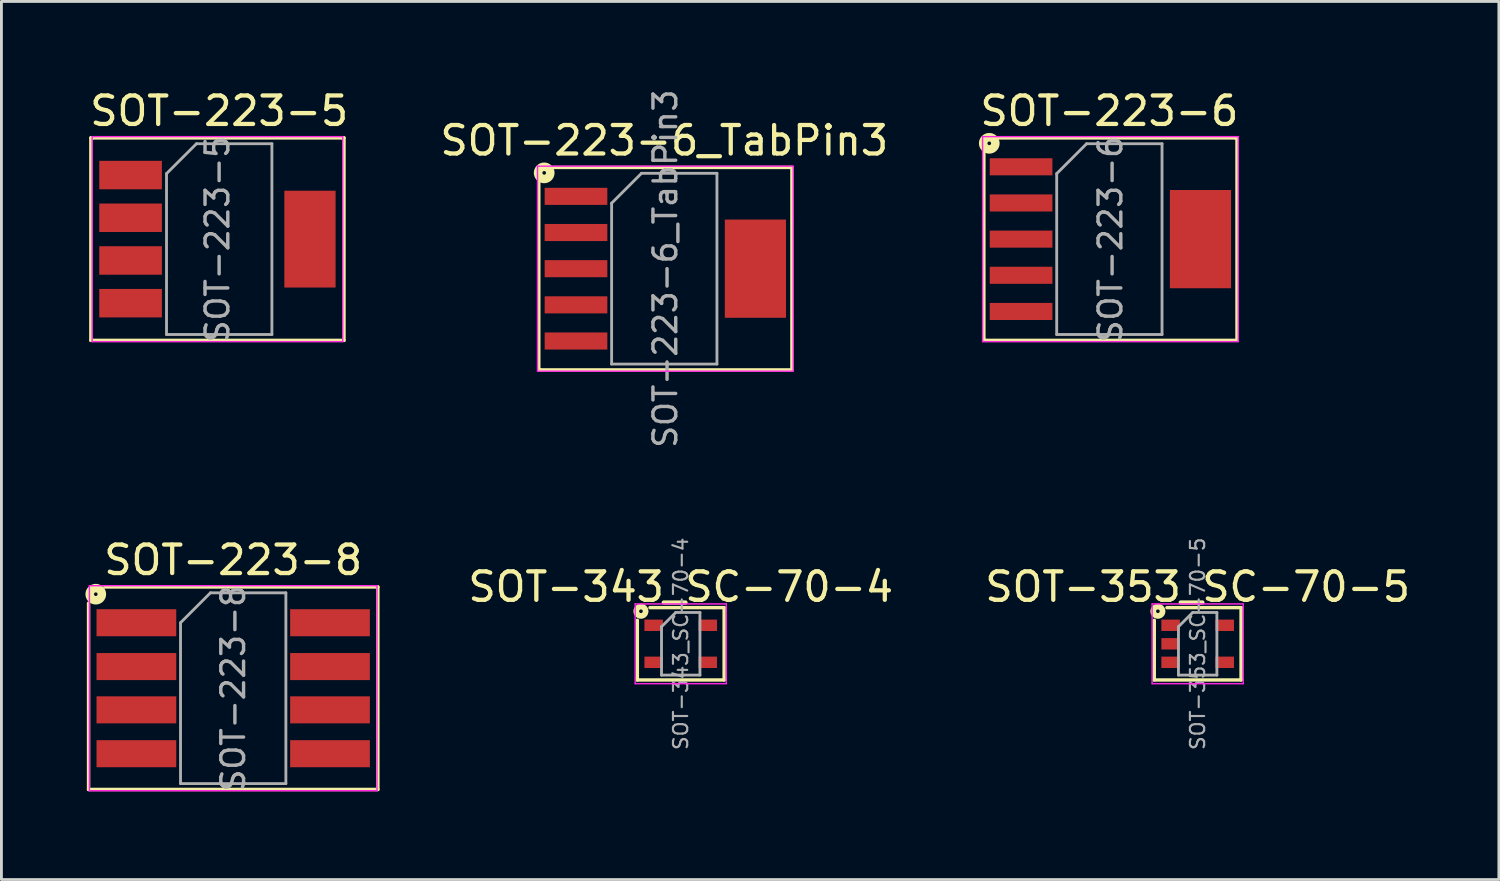
<source format=kicad_pcb>
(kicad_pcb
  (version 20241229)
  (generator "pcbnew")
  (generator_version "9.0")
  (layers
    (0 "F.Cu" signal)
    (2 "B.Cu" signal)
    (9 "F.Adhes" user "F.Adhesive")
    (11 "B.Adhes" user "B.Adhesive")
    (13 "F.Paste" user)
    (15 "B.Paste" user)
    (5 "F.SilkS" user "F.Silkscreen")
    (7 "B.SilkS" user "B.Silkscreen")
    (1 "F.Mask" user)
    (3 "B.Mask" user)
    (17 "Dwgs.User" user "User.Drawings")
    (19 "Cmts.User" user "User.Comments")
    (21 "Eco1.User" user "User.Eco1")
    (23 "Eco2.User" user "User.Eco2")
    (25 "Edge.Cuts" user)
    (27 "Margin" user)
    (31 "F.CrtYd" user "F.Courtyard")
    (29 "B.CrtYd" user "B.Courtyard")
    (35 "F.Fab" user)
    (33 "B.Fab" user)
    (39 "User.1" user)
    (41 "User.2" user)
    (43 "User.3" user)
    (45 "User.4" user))
  (footprint "SOT-223-8"
    (layer "F.Cu")
    (at 5.14 21.12)
    (property "Reference" "SOT-223-8" (at 0 -4.5 0) (layer "F.SilkS") (effects (font (size 1 1) (thickness 0.15))))
    (attr smd)
    (fp_line (start -5.08 -2.985) (end -5.08 3.556) (stroke (width 0.12) (type solid)) (layer "F.SilkS"))
    (fp_line (start -5.08 3.556) (end 5.08 3.556) (stroke (width 0.12) (type solid)) (layer "F.SilkS"))
    (fp_line (start 5.08 -3.556) (end -4.508 -3.556) (stroke (width 0.12) (type solid)) (layer "F.SilkS"))
    (fp_line (start 5.08 3.556) (end 5.08 -3.556) (stroke (width 0.12) (type solid)) (layer "F.SilkS"))
    (fp_circle (center -4.826 -3.302) (end -4.763 -3.302) (stroke (width 0.3) (type solid)) (fill no) (layer "F.SilkS"))
    (fp_line (start -5.05 -3.6) (end -5.05 3.6) (stroke (width 0.05) (type solid)) (layer "F.CrtYd"))
    (fp_line (start -5.05 -3.6) (end 5.05 -3.6) (stroke (width 0.05) (type solid)) (layer "F.CrtYd"))
    (fp_line (start 5.05 3.6) (end -5.05 3.6) (stroke (width 0.05) (type solid)) (layer "F.CrtYd"))
    (fp_line (start 5.05 3.6) (end 5.05 -3.6) (stroke (width 0.05) (type solid)) (layer "F.CrtYd"))
    (fp_line (start -1.85 -2.3) (end -1.85 3.35) (stroke (width 0.1) (type solid)) (layer "F.Fab"))
    (fp_line (start -1.85 -2.3) (end -0.8 -3.35) (stroke (width 0.1) (type solid)) (layer "F.Fab"))
    (fp_line (start -1.85 3.35) (end 1.85 3.35) (stroke (width 0.1) (type solid)) (layer "F.Fab"))
    (fp_line (start -0.8 -3.35) (end 1.85 -3.35) (stroke (width 0.1) (type solid)) (layer "F.Fab"))
    (fp_line (start 1.85 -3.35) (end 1.85 3.35) (stroke (width 0.1) (type solid)) (layer "F.Fab"))
    (fp_text user "${REFERENCE}" (at 0 0 90) (layer "F.Fab") (effects (font (size 0.8 0.8) (thickness 0.12))))
    (pad "1" smd rect (at -3.4 -2.3) (size 2.8 0.95) (layers "F.Cu" "F.Mask" "F.Paste"))
    (pad "2" smd rect (at -3.4 -0.76) (size 2.8 0.95) (layers "F.Cu" "F.Mask" "F.Paste"))
    (pad "3" smd rect (at -3.4 0.76) (size 2.8 0.95) (layers "F.Cu" "F.Mask" "F.Paste"))
    (pad "4" smd rect (at -3.4 2.3) (size 2.8 0.95) (layers "F.Cu" "F.Mask" "F.Paste"))
    (pad "5" smd rect (at 3.4 2.3) (size 2.8 0.95) (layers "F.Cu" "F.Mask" "F.Paste"))
    (pad "6" smd rect (at 3.4 0.76) (size 2.8 0.95) (layers "F.Cu" "F.Mask" "F.Paste"))
    (pad "7" smd rect (at 3.4 -0.76) (size 2.8 0.95) (layers "F.Cu" "F.Mask" "F.Paste"))
    (pad "8" smd rect (at 3.4 -2.3) (size 2.8 0.95) (layers "F.Cu" "F.Mask" "F.Paste")))
  (footprint "SOT-223-6_TabPin3"
    (layer "F.Cu")
    (at 20.317 6.386)
    (property "Reference" "SOT-223-6_TabPin3" (at -0.037 -4.5 0) (layer "F.SilkS") (effects (font (size 1 1) (thickness 0.15))))
    (attr smd)
    (fp_line (start -4.445 3.556) (end -4.445 -3.048) (stroke (width 0.12) (type solid)) (layer "F.SilkS"))
    (fp_line (start -4.381 3.556) (end -4.445 3.556) (stroke (width 0.12) (type solid)) (layer "F.SilkS"))
    (fp_line (start -3.937 -3.556) (end 4.381 -3.556) (stroke (width 0.12) (type solid)) (layer "F.SilkS"))
    (fp_line (start 4.381 -3.556) (end 4.445 -3.556) (stroke (width 0.12) (type solid)) (layer "F.SilkS"))
    (fp_line (start 4.445 -3.556) (end 4.445 3.556) (stroke (width 0.12) (type solid)) (layer "F.SilkS"))
    (fp_line (start 4.445 3.556) (end -4.381 3.556) (stroke (width 0.12) (type solid)) (layer "F.SilkS"))
    (fp_circle (center -4.255 -3.365) (end -4.191 -3.365) (stroke (width 0.3) (type solid)) (fill no) (layer "F.SilkS"))
    (fp_line (start -4.49 -3.6) (end -4.49 3.6) (stroke (width 0.05) (type solid)) (layer "F.CrtYd"))
    (fp_line (start -4.49 -3.6) (end 4.49 -3.6) (stroke (width 0.05) (type solid)) (layer "F.CrtYd"))
    (fp_line (start 4.49 3.6) (end -4.49 3.6) (stroke (width 0.05) (type solid)) (layer "F.CrtYd"))
    (fp_line (start 4.49 3.6) (end 4.49 -3.6) (stroke (width 0.05) (type solid)) (layer "F.CrtYd"))
    (fp_line (start -1.887 -2.3) (end -1.887 3.35) (stroke (width 0.1) (type solid)) (layer "F.Fab"))
    (fp_line (start -1.887 -2.3) (end -0.838 -3.35) (stroke (width 0.1) (type solid)) (layer "F.Fab"))
    (fp_line (start -1.887 3.35) (end 1.812 3.35) (stroke (width 0.1) (type solid)) (layer "F.Fab"))
    (fp_line (start -0.838 -3.35) (end 1.812 -3.35) (stroke (width 0.1) (type solid)) (layer "F.Fab"))
    (fp_line (start 1.812 -3.35) (end 1.812 3.35) (stroke (width 0.1) (type solid)) (layer "F.Fab"))
    (fp_text user "${REFERENCE}" (at 0 0 90) (layer "F.Fab") (effects (font (size 0.8 0.8) (thickness 0.12))))
    (pad "1" smd rect (at -3.138 -2.54) (size 2.2 0.6) (layers "F.Cu" "F.Mask" "F.Paste"))
    (pad "2" smd rect (at -3.138 -1.27) (size 2.2 0.6) (layers "F.Cu" "F.Mask" "F.Paste"))
    (pad "3" smd rect (at -3.138 0) (size 2.2 0.6) (layers "F.Cu" "F.Mask" "F.Paste"))
    (pad "3" smd rect (at 3.163 0) (size 2.15 3.45) (layers "F.Cu" "F.Mask" "F.Paste"))
    (pad "4" smd rect (at -3.138 1.27) (size 2.2 0.6) (layers "F.Cu" "F.Mask" "F.Paste"))
    (pad "5" smd rect (at -3.138 2.54) (size 2.2 0.6) (layers "F.Cu" "F.Mask" "F.Paste")))
  (footprint "SOT-343_SC-70-4"
    (layer "F.Cu")
    (at 20.857 19.56)
    (property "Reference" "SOT-343_SC-70-4" (at 0 -2 0) (layer "F.SilkS") (effects (font (size 1 1) (thickness 0.15))))
    (attr smd)
    (fp_line (start -1.524 -0.826) (end -1.524 1.27) (stroke (width 0.12) (type solid)) (layer "F.SilkS"))
    (fp_line (start -1.524 1.27) (end 1.524 1.27) (stroke (width 0.12) (type solid)) (layer "F.SilkS"))
    (fp_line (start 1.524 -1.27) (end -1.079 -1.27) (stroke (width 0.12) (type solid)) (layer "F.SilkS"))
    (fp_line (start 1.524 1.27) (end 1.524 -1.27) (stroke (width 0.12) (type solid)) (layer "F.SilkS"))
    (fp_circle (center -1.397 -1.143) (end -1.333 -1.143) (stroke (width 0.2) (type solid)) (fill no) (layer "F.SilkS"))
    (fp_line (start -1.6 -1.4) (end -1.6 1.4) (stroke (width 0.05) (type solid)) (layer "F.CrtYd"))
    (fp_line (start -1.6 -1.4) (end 1.6 -1.4) (stroke (width 0.05) (type solid)) (layer "F.CrtYd"))
    (fp_line (start -1.6 1.4) (end 1.6 1.4) (stroke (width 0.05) (type solid)) (layer "F.CrtYd"))
    (fp_line (start 1.6 1.4) (end 1.6 -1.4) (stroke (width 0.05) (type solid)) (layer "F.CrtYd"))
    (fp_line (start -0.675 -0.6) (end -0.675 1.1) (stroke (width 0.1) (type solid)) (layer "F.Fab"))
    (fp_line (start -0.175 -1.1) (end -0.675 -0.6) (stroke (width 0.1) (type solid)) (layer "F.Fab"))
    (fp_line (start 0.675 -1.1) (end -0.175 -1.1) (stroke (width 0.1) (type solid)) (layer "F.Fab"))
    (fp_line (start 0.675 -1.1) (end 0.675 1.1) (stroke (width 0.1) (type solid)) (layer "F.Fab"))
    (fp_line (start 0.675 1.1) (end -0.675 1.1) (stroke (width 0.1) (type solid)) (layer "F.Fab"))
    (fp_text user "${REFERENCE}" (at 0 0 90) (layer "F.Fab") (effects (font (size 0.5 0.5) (thickness 0.075))))
    (pad "1" smd rect (at -0.95 -0.65) (size 0.65 0.4) (layers "F.Cu" "F.Mask" "F.Paste"))
    (pad "2" smd rect (at -0.95 0.65) (size 0.65 0.4) (layers "F.Cu" "F.Mask" "F.Paste"))
    (pad "3" smd rect (at 0.95 0.65) (size 0.65 0.4) (layers "F.Cu" "F.Mask" "F.Paste"))
    (pad "4" smd rect (at 0.95 -0.65) (size 0.65 0.4) (layers "F.Cu" "F.Mask" "F.Paste")))
  (footprint "SOT-223-6"
    (layer "F.Cu")
    (at 35.948 5.348)
    (property "Reference" "SOT-223-6" (at -0.037 -4.5 0) (layer "F.SilkS") (effects (font (size 1 1) (thickness 0.15))))
    (attr smd)
    (fp_line (start -4.445 3.556) (end -4.445 -3.048) (stroke (width 0.12) (type solid)) (layer "F.SilkS"))
    (fp_line (start -4.381 3.556) (end -4.445 3.556) (stroke (width 0.12) (type solid)) (layer "F.SilkS"))
    (fp_line (start -3.937 -3.556) (end 4.381 -3.556) (stroke (width 0.12) (type solid)) (layer "F.SilkS"))
    (fp_line (start 4.381 -3.556) (end 4.445 -3.556) (stroke (width 0.12) (type solid)) (layer "F.SilkS"))
    (fp_line (start 4.445 -3.556) (end 4.445 3.556) (stroke (width 0.12) (type solid)) (layer "F.SilkS"))
    (fp_line (start 4.445 3.556) (end -4.381 3.556) (stroke (width 0.12) (type solid)) (layer "F.SilkS"))
    (fp_circle (center -4.255 -3.365) (end -4.191 -3.365) (stroke (width 0.3) (type solid)) (fill no) (layer "F.SilkS"))
    (fp_line (start -4.49 -3.6) (end -4.49 3.6) (stroke (width 0.05) (type solid)) (layer "F.CrtYd"))
    (fp_line (start -4.49 -3.6) (end 4.49 -3.6) (stroke (width 0.05) (type solid)) (layer "F.CrtYd"))
    (fp_line (start 4.49 3.6) (end -4.49 3.6) (stroke (width 0.05) (type solid)) (layer "F.CrtYd"))
    (fp_line (start 4.49 3.6) (end 4.49 -3.6) (stroke (width 0.05) (type solid)) (layer "F.CrtYd"))
    (fp_line (start -1.887 -2.3) (end -1.887 3.35) (stroke (width 0.1) (type solid)) (layer "F.Fab"))
    (fp_line (start -1.887 -2.3) (end -0.838 -3.35) (stroke (width 0.1) (type solid)) (layer "F.Fab"))
    (fp_line (start -1.887 3.35) (end 1.812 3.35) (stroke (width 0.1) (type solid)) (layer "F.Fab"))
    (fp_line (start -0.838 -3.35) (end 1.812 -3.35) (stroke (width 0.1) (type solid)) (layer "F.Fab"))
    (fp_line (start 1.812 -3.35) (end 1.812 3.35) (stroke (width 0.1) (type solid)) (layer "F.Fab"))
    (fp_text user "${REFERENCE}" (at 0 0 90) (layer "F.Fab") (effects (font (size 0.8 0.8) (thickness 0.12))))
    (pad "1" smd rect (at -3.138 -2.54) (size 2.2 0.6) (layers "F.Cu" "F.Mask" "F.Paste"))
    (pad "2" smd rect (at -3.138 -1.27) (size 2.2 0.6) (layers "F.Cu" "F.Mask" "F.Paste"))
    (pad "3" smd rect (at -3.138 0) (size 2.2 0.6) (layers "F.Cu" "F.Mask" "F.Paste"))
    (pad "4" smd rect (at -3.138 1.27) (size 2.2 0.6) (layers "F.Cu" "F.Mask" "F.Paste"))
    (pad "5" smd rect (at -3.138 2.54) (size 2.2 0.6) (layers "F.Cu" "F.Mask" "F.Paste"))
    (pad "6" smd rect (at 3.163 0) (size 2.15 3.45) (layers "F.Cu" "F.Mask" "F.Paste")))
  (footprint "SOT-353_SC-70-5"
    (layer "F.Cu")
    (at 39.012 19.56)
    (property "Reference" "SOT-353_SC-70-5" (at 0 -2 0) (layer "F.SilkS") (effects (font (size 1 1) (thickness 0.15))))
    (attr smd)
    (fp_line (start -1.524 -0.826) (end -1.524 1.27) (stroke (width 0.12) (type solid)) (layer "F.SilkS"))
    (fp_line (start -1.524 1.27) (end 1.524 1.27) (stroke (width 0.12) (type solid)) (layer "F.SilkS"))
    (fp_line (start 1.524 -1.27) (end -1.079 -1.27) (stroke (width 0.12) (type solid)) (layer "F.SilkS"))
    (fp_line (start 1.524 1.27) (end 1.524 -1.27) (stroke (width 0.12) (type solid)) (layer "F.SilkS"))
    (fp_circle (center -1.397 -1.143) (end -1.333 -1.143) (stroke (width 0.2) (type solid)) (fill no) (layer "F.SilkS"))
    (fp_line (start -1.6 -1.4) (end -1.6 1.4) (stroke (width 0.05) (type solid)) (layer "F.CrtYd"))
    (fp_line (start -1.6 -1.4) (end 1.6 -1.4) (stroke (width 0.05) (type solid)) (layer "F.CrtYd"))
    (fp_line (start -1.6 1.4) (end 1.6 1.4) (stroke (width 0.05) (type solid)) (layer "F.CrtYd"))
    (fp_line (start 1.6 1.4) (end 1.6 -1.4) (stroke (width 0.05) (type solid)) (layer "F.CrtYd"))
    (fp_line (start -0.675 -0.6) (end -0.675 1.1) (stroke (width 0.1) (type solid)) (layer "F.Fab"))
    (fp_line (start -0.175 -1.1) (end -0.675 -0.6) (stroke (width 0.1) (type solid)) (layer "F.Fab"))
    (fp_line (start 0.675 -1.1) (end -0.175 -1.1) (stroke (width 0.1) (type solid)) (layer "F.Fab"))
    (fp_line (start 0.675 -1.1) (end 0.675 1.1) (stroke (width 0.1) (type solid)) (layer "F.Fab"))
    (fp_line (start 0.675 1.1) (end -0.675 1.1) (stroke (width 0.1) (type solid)) (layer "F.Fab"))
    (fp_text user "${REFERENCE}" (at 0 0 90) (layer "F.Fab") (effects (font (size 0.5 0.5) (thickness 0.075))))
    (pad "1" smd rect (at -0.95 -0.65) (size 0.65 0.4) (layers "F.Cu" "F.Mask" "F.Paste"))
    (pad "2" smd rect (at -0.95 0) (size 0.65 0.4) (layers "F.Cu" "F.Mask" "F.Paste"))
    (pad "3" smd rect (at -0.95 0.65) (size 0.65 0.4) (layers "F.Cu" "F.Mask" "F.Paste"))
    (pad "4" smd rect (at 0.95 0.65) (size 0.65 0.4) (layers "F.Cu" "F.Mask" "F.Paste"))
    (pad "5" smd rect (at 0.95 -0.65) (size 0.65 0.4) (layers "F.Cu" "F.Mask" "F.Paste")))
  (footprint "SOT-223-5"
    (layer "F.Cu")
    (at 4.586 5.348)
    (property "Reference" "SOT-223-5" (at 0.062 -4.5 0) (layer "F.SilkS") (effects (font (size 1 1) (thickness 0.15))))
    (attr smd)
    (fp_line (start -4.445 -3.556) (end -4.381 -3.556) (stroke (width 0.12) (type solid)) (layer "F.SilkS"))
    (fp_line (start -4.445 3.556) (end -4.445 -3.556) (stroke (width 0.12) (type solid)) (layer "F.SilkS"))
    (fp_line (start -4.381 -3.556) (end 4.381 -3.556) (stroke (width 0.12) (type solid)) (layer "F.SilkS"))
    (fp_line (start -4.381 3.556) (end -4.445 3.556) (stroke (width 0.12) (type solid)) (layer "F.SilkS"))
    (fp_line (start 4.381 -3.556) (end 4.445 -3.556) (stroke (width 0.12) (type solid)) (layer "F.SilkS"))
    (fp_line (start 4.445 -3.556) (end 4.445 3.556) (stroke (width 0.12) (type solid)) (layer "F.SilkS"))
    (fp_line (start 4.445 3.556) (end -4.381 3.556) (stroke (width 0.12) (type solid)) (layer "F.SilkS"))
    (fp_line (start -4.4 -3.6) (end -4.4 3.6) (stroke (width 0.05) (type solid)) (layer "F.CrtYd"))
    (fp_line (start -4.4 -3.6) (end 4.4 -3.6) (stroke (width 0.05) (type solid)) (layer "F.CrtYd"))
    (fp_line (start 4.4 3.6) (end -4.4 3.6) (stroke (width 0.05) (type solid)) (layer "F.CrtYd"))
    (fp_line (start 4.4 3.6) (end 4.4 -3.6) (stroke (width 0.05) (type solid)) (layer "F.CrtYd"))
    (fp_line (start -1.788 -2.3) (end -1.788 3.35) (stroke (width 0.1) (type solid)) (layer "F.Fab"))
    (fp_line (start -1.788 -2.3) (end -0.738 -3.35) (stroke (width 0.1) (type solid)) (layer "F.Fab"))
    (fp_line (start -1.788 3.35) (end 1.913 3.35) (stroke (width 0.1) (type solid)) (layer "F.Fab"))
    (fp_line (start -0.738 -3.35) (end 1.913 -3.35) (stroke (width 0.1) (type solid)) (layer "F.Fab"))
    (fp_line (start 1.913 -3.35) (end 1.913 3.35) (stroke (width 0.1) (type solid)) (layer "F.Fab"))
    (fp_text user "${REFERENCE}" (at 0 0 90) (layer "F.Fab") (effects (font (size 0.8 0.8) (thickness 0.12))))
    (pad "1" smd rect (at -3.05 -2.25) (size 2.2 1) (layers "F.Cu" "F.Mask" "F.Paste"))
    (pad "2" smd rect (at -3.05 -0.75) (size 2.2 1) (layers "F.Cu" "F.Mask" "F.Paste"))
    (pad "3" smd rect (at -3.05 0.75) (size 2.2 1) (layers "F.Cu" "F.Mask" "F.Paste"))
    (pad "4" smd rect (at -3.05 2.25) (size 2.2 1) (layers "F.Cu" "F.Mask" "F.Paste"))
    (pad "5" smd rect (at 3.25 0) (size 1.8 3.4) (layers "F.Cu" "F.Mask" "F.Paste")))
  (gr_rect
    (start -3 -3)
    (end 49.59 27.839)
    (stroke (width 0.1) (type default))
    (fill no)
    (layer "Edge.Cuts")))
</source>
